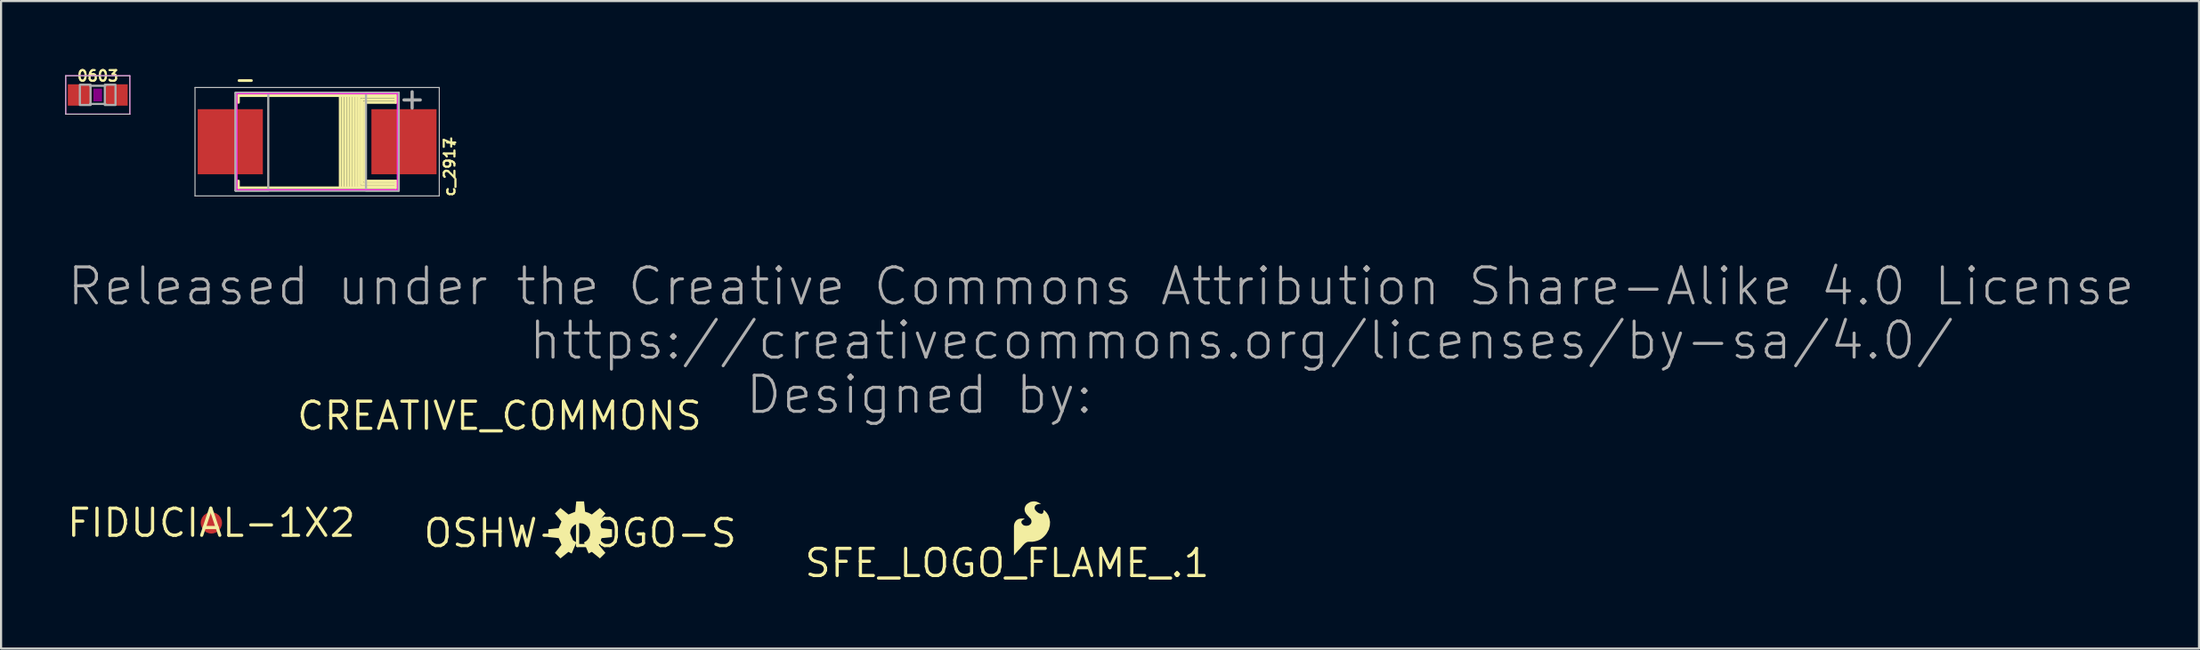
<source format=kicad_pcb>
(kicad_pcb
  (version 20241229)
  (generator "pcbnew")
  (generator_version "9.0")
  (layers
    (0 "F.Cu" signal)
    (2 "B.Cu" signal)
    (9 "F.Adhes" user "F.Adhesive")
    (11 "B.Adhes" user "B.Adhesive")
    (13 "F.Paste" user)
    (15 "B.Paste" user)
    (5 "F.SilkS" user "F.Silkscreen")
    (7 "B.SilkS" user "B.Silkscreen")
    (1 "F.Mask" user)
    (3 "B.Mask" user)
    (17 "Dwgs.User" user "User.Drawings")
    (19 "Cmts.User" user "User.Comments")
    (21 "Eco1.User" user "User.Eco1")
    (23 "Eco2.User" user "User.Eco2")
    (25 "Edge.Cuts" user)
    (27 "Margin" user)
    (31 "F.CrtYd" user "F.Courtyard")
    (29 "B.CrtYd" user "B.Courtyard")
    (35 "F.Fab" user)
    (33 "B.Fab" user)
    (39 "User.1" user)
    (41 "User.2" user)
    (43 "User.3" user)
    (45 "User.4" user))
  (footprint "OSHW-LOGO-S"
    (layer "F.Cu")
    (at 24.098 21.931)
    (property "Reference" "OSHW-LOGO-S" (at 0 0 0) (layer "F.SilkS") (effects (font (size 1.27 1.27) (thickness 0.15))))
    (attr through_hole)
    (fp_poly (pts (xy 0.395 0.953) (xy 0.546 0.875) (xy 0.923 1.182) (xy 1.182 0.923) (xy 0.875 0.546) (xy 1.005 0.232) (xy 1.489 0.183) (xy 1.489 -0.183) (xy 1.005 -0.232) (xy 0.875 -0.546) (xy 1.182 -0.923) (xy 0.923 -1.182) (xy 0.546 -0.875) (xy 0.395 -0.953) (xy 0.232 -1.005) (xy 0.183 -1.489) (xy -0.183 -1.489) (xy -0.232 -1.005) (xy -0.546 -0.875) (xy -0.923 -1.182) (xy -1.182 -0.923) (xy -0.875 -0.546) (xy -1.005 -0.232) (xy -1.489 -0.183) (xy -1.489 0.183) (xy -1.005 0.232) (xy -0.875 0.546) (xy -1.182 0.923) (xy -0.923 1.182) (xy -0.546 0.875) (xy -0.472 0.917) (xy -0.395 0.953) (xy -0.179 0.433) (xy -0.179 0.433) (xy -0.332 0.331) (xy -0.469 0) (xy -0.447 -0.142) (xy -0.382 -0.271) (xy -0.282 -0.374) (xy -0.155 -0.442) (xy -0.013 -0.468) (xy 0.13 -0.45) (xy 0.26 -0.39) (xy 0.366 -0.292) (xy 0.438 -0.167) (xy 0.468 -0.026) (xy 0.454 0.117) (xy 0.397 0.249) (xy 0.302 0.358) (xy 0.179 0.433)) (stroke (width 0) (type solid)) (fill yes) (layer "F.SilkS")))
  (footprint "FIDUCIAL-1X2"
    (layer "F.Cu")
    (at 6.841 21.449)
    (property "Reference" "FIDUCIAL-1X2" (at 0 0 0) (layer "F.SilkS") (effects (font (size 1.27 1.27) (thickness 0.15))))
    (attr through_hole)
    (pad "1" smd roundrect (at 0 0) (size 1 1) (layers "F.Cu" "F.Mask") (roundrect_rratio 0.5)))
  (footprint "0603"
    (layer "F.Cu")
    (at 1.525 1.4)
    (property "Reference" "0603" (at 0 -0.6 0) (layer "F.SilkS") (effects (font (size 0.5 0.5) (thickness 0.1)) (justify bottom)))
    (attr through_hole)
    (fp_poly (pts (xy -0.2 0.3) (xy 0.2 0.3) (xy 0.2 -0.3) (xy -0.2 -0.3)) (stroke (width 0) (type solid)) (fill yes) (layer "F.Adhes"))
    (fp_line (start -1.5 -0.9) (end 1.5 -0.9) (stroke (width 0.05) (type solid)) (layer "Dwgs.User"))
    (fp_line (start -1.5 0.9) (end -1.5 -0.9) (stroke (width 0.05) (type solid)) (layer "Dwgs.User"))
    (fp_line (start 1.5 -0.9) (end 1.5 0.9) (stroke (width 0.05) (type solid)) (layer "Dwgs.User"))
    (fp_line (start 1.5 0.9) (end -1.5 0.9) (stroke (width 0.05) (type solid)) (layer "Dwgs.User"))
    (fp_line (start -1.5 -0.9) (end 1.5 -0.9) (stroke (width 0.05) (type solid)) (layer "F.CrtYd"))
    (fp_line (start -1.5 0.9) (end -1.5 -0.9) (stroke (width 0.05) (type solid)) (layer "F.CrtYd"))
    (fp_line (start 1.5 -0.9) (end 1.5 0.9) (stroke (width 0.05) (type solid)) (layer "F.CrtYd"))
    (fp_line (start 1.5 0.9) (end -1.5 0.9) (stroke (width 0.05) (type solid)) (layer "F.CrtYd"))
    (fp_line (start -0.356 -0.432) (end 0.356 -0.432) (stroke (width 0.102) (type solid)) (layer "F.Fab"))
    (fp_line (start -0.356 0.419) (end 0.356 0.419) (stroke (width 0.102) (type solid)) (layer "F.Fab"))
    (fp_poly (pts (xy -0.838 0.47) (xy -0.338 0.47) (xy -0.338 -0.48) (xy -0.838 -0.48)) (stroke (width 0.1) (type solid)) (fill no) (layer "F.Fab"))
    (fp_poly (pts (xy 0.33 0.47) (xy 0.83 0.47) (xy 0.83 -0.48) (xy 0.33 -0.48)) (stroke (width 0.1) (type solid)) (fill no) (layer "F.Fab"))
    (pad "1" smd rect (at -0.85 0) (size 1.1 1) (layers "F.Cu" "F.Mask" "F.Paste"))
    (pad "2" smd rect (at 0.85 0) (size 1.1 1) (layers "F.Cu" "F.Mask" "F.Paste")))
  (footprint "SFE_LOGO_FLAME_.1"
    (layer "F.Cu")
    (at 44.076 23.333)
    (property "Reference" "SFE_LOGO_FLAME_.1" (at 0 0 0) (layer "F.SilkS") (effects (font (size 1.27 1.27) (thickness 0.15))))
    (attr through_hole)
    (fp_poly (pts (xy 1.7 -2.48) (xy 1.7 -2.46) (xy 1.7 -2.43) (xy 1.7 -2.4) (xy 1.69 -2.37) (xy 1.68 -2.35) (xy 1.65 -2.32) (xy 1.62 -2.31) (xy 1.59 -2.31) (xy 1.55 -2.32) (xy 1.51 -2.33) (xy 1.47 -2.35) (xy 1.44 -2.37) (xy 1.4 -2.4) (xy 1.37 -2.43) (xy 1.34 -2.46) (xy 1.32 -2.49) (xy 1.3 -2.52) (xy 1.29 -2.56) (xy 1.29 -2.59) (xy 1.29 -2.62) (xy 1.3 -2.65) (xy 1.31 -2.67) (xy 1.33 -2.7) (xy 1.37 -2.73) (xy 1.41 -2.75) (xy 1.46 -2.76) (xy 1.5 -2.77) (xy 1.53 -2.77) (xy 1.56 -2.77) (xy 1.58 -2.76) (xy 1.59 -2.76) (xy 1.58 -2.77) (xy 1.54 -2.8) (xy 1.48 -2.83) (xy 1.4 -2.87) (xy 1.31 -2.89) (xy 1.21 -2.89) (xy 1.1 -2.87) (xy 0.99 -2.81) (xy 0.9 -2.74) (xy 0.85 -2.66) (xy 0.82 -2.57) (xy 0.82 -2.49) (xy 0.84 -2.4) (xy 0.89 -2.31) (xy 0.96 -2.23) (xy 1.04 -2.14) (xy 1.11 -2.07) (xy 1.14 -1.99) (xy 1.14 -1.92) (xy 1.12 -1.86) (xy 1.08 -1.81) (xy 1.02 -1.77) (xy 0.94 -1.75) (xy 0.86 -1.75) (xy 0.81 -1.76) (xy 0.76 -1.78) (xy 0.73 -1.81) (xy 0.7 -1.84) (xy 0.68 -1.87) (xy 0.67 -1.9) (xy 0.67 -1.94) (xy 0.68 -1.97) (xy 0.7 -1.99) (xy 0.72 -2.01) (xy 0.74 -2.03) (xy 0.77 -2.04) (xy 0.79 -2.05) (xy 0.81 -2.06) (xy 0.82 -2.07) (xy 0.8 -2.08) (xy 0.78 -2.09) (xy 0.74 -2.09) (xy 0.7 -2.09) (xy 0.66 -2.09) (xy 0.6 -2.08) (xy 0.55 -2.07) (xy 0.5 -2.05) (xy 0.46 -2.02) (xy 0.41 -1.98) (xy 0.38 -1.93) (xy 0.35 -1.88) (xy 0.33 -1.81) (xy 0.32 -1.73) (xy 0.32 -1.63) (xy 0.32 -1.47) (xy 0.32 -1.31) (xy 0.32 -1.15) (xy 0.32 -0.99) (xy 0.32 -0.83) (xy 0.32 -0.67) (xy 0.32 -0.51) (xy 0.32 -0.35) (xy 0.32 -0.36) (xy 0.34 -0.38) (xy 0.37 -0.41) (xy 0.4 -0.46) (xy 0.45 -0.51) (xy 0.5 -0.57) (xy 0.56 -0.63) (xy 0.62 -0.69) (xy 0.68 -0.76) (xy 0.74 -0.83) (xy 0.79 -0.88) (xy 0.84 -0.93) (xy 0.89 -0.96) (xy 0.94 -0.99) (xy 1 -1) (xy 1.07 -1) (xy 1.19 -1) (xy 1.31 -1.02) (xy 1.42 -1.05) (xy 1.52 -1.09) (xy 1.62 -1.15) (xy 1.7 -1.22) (xy 1.78 -1.3) (xy 1.85 -1.39) (xy 1.95 -1.57) (xy 2 -1.76) (xy 2.01 -1.93) (xy 1.98 -2.09) (xy 1.93 -2.24) (xy 1.86 -2.35) (xy 1.78 -2.44) (xy 1.7 -2.49)) (stroke (width 0) (type solid)) (fill yes) (layer "F.SilkS")))
  (footprint "c_2917"
    (layer "F.Cu")
    (at 11.79 3.59)
    (property "Reference" "c_2917" (at 6.198 1.194 90) (layer "F.SilkS") (effects (font (size 0.5 0.5) (thickness 0.1))))
    (attr smd)
    (fp_line (start -3.683 -2.159) (end 3.683 -2.159) (stroke (width 0.127) (type solid)) (layer "F.SilkS"))
    (fp_line (start -3.683 -1.841) (end -3.683 -2.159) (stroke (width 0.127) (type solid)) (layer "F.SilkS"))
    (fp_line (start -3.683 2.159) (end -3.683 1.841) (stroke (width 0.127) (type solid)) (layer "F.SilkS"))
    (fp_line (start 1.079 -2.095) (end 1.079 2.095) (stroke (width 0.127) (type solid)) (layer "F.SilkS"))
    (fp_line (start 1.206 -2.095) (end 1.206 2.095) (stroke (width 0.127) (type solid)) (layer "F.SilkS"))
    (fp_line (start 1.333 -2.095) (end 1.333 2.095) (stroke (width 0.127) (type solid)) (layer "F.SilkS"))
    (fp_line (start 1.46 2.095) (end 1.46 -2.095) (stroke (width 0.127) (type solid)) (layer "F.SilkS"))
    (fp_line (start 1.587 -2.095) (end 1.587 2.095) (stroke (width 0.127) (type solid)) (layer "F.SilkS"))
    (fp_line (start 1.714 2.095) (end 1.714 -2.095) (stroke (width 0.127) (type solid)) (layer "F.SilkS"))
    (fp_line (start 1.841 -2.095) (end 1.841 2.095) (stroke (width 0.127) (type solid)) (layer "F.SilkS"))
    (fp_line (start 1.968 -2.095) (end 1.968 2.095) (stroke (width 0.127) (type solid)) (layer "F.SilkS"))
    (fp_line (start 1.968 2.095) (end 3.619 2.095) (stroke (width 0.127) (type solid)) (layer "F.SilkS"))
    (fp_line (start 2.095 -1.968) (end 3.619 -1.968) (stroke (width 0.127) (type solid)) (layer "F.SilkS"))
    (fp_line (start 2.095 1.968) (end 2.095 -1.968) (stroke (width 0.127) (type solid)) (layer "F.SilkS"))
    (fp_line (start 2.223 -1.841) (end 2.223 1.841) (stroke (width 0.127) (type solid)) (layer "F.SilkS"))
    (fp_line (start 2.223 1.841) (end 3.683 1.841) (stroke (width 0.127) (type solid)) (layer "F.SilkS"))
    (fp_line (start 3.619 -2.095) (end 1.968 -2.095) (stroke (width 0.127) (type solid)) (layer "F.SilkS"))
    (fp_line (start 3.683 -2.159) (end 3.683 -1.841) (stroke (width 0.127) (type solid)) (layer "F.SilkS"))
    (fp_line (start 3.683 -1.841) (end 2.223 -1.841) (stroke (width 0.127) (type solid)) (layer "F.SilkS"))
    (fp_line (start 3.683 1.841) (end 3.683 2.159) (stroke (width 0.127) (type solid)) (layer "F.SilkS"))
    (fp_line (start 3.683 1.968) (end 2.095 1.968) (stroke (width 0.127) (type solid)) (layer "F.SilkS"))
    (fp_line (start 3.683 2.159) (end -3.683 2.159) (stroke (width 0.127) (type solid)) (layer "F.SilkS"))
    (fp_line (start -5.715 -2.54) (end 5.715 -2.54) (stroke (width 0.05) (type solid)) (layer "Dwgs.User"))
    (fp_line (start -5.715 2.54) (end -5.715 -2.54) (stroke (width 0.05) (type solid)) (layer "Dwgs.User"))
    (fp_line (start 5.715 -2.54) (end 5.715 2.54) (stroke (width 0.05) (type solid)) (layer "Dwgs.User"))
    (fp_line (start 5.715 2.54) (end -5.715 2.54) (stroke (width 0.05) (type solid)) (layer "Dwgs.User"))
    (fp_line (start -3.75 -2.25) (end 3.75 -2.25) (stroke (width 0.05) (type solid)) (layer "F.CrtYd"))
    (fp_line (start -3.75 2.25) (end -3.75 -2.25) (stroke (width 0.05) (type solid)) (layer "F.CrtYd"))
    (fp_line (start 3.75 -2.25) (end 3.75 2.25) (stroke (width 0.05) (type solid)) (layer "F.CrtYd"))
    (fp_line (start 3.75 2.25) (end -3.75 2.25) (stroke (width 0.05) (type solid)) (layer "F.CrtYd"))
    (fp_line (start -3.81 -2.286) (end 3.81 -2.286) (stroke (width 0.12) (type solid)) (layer "F.Fab"))
    (fp_line (start -3.81 2.286) (end -3.81 -2.286) (stroke (width 0.12) (type solid)) (layer "F.Fab"))
    (fp_line (start 3.81 -2.286) (end 3.81 2.286) (stroke (width 0.12) (type solid)) (layer "F.Fab"))
    (fp_line (start 3.81 2.286) (end -3.81 2.286) (stroke (width 0.12) (type solid)) (layer "F.Fab"))
    (fp_poly (pts (xy -2.286 2.286) (xy -3.81 2.286) (xy -3.81 -2.286) (xy -2.286 -2.286)) (stroke (width 0.1) (type solid)) (fill no) (layer "F.Fab"))
    (fp_poly (pts (xy 3.81 2.286) (xy 2.286 2.286) (xy 2.286 -2.286) (xy 3.81 -2.286)) (stroke (width 0.1) (type solid)) (fill no) (layer "F.Fab"))
    (fp_text user "-" (at -3.365 -2.921 0) (layer "F.SilkS") (effects (font (size 0.762 0.762) (thickness 0.127))))
    (fp_text user "+" (at 6.274 0 0) (layer "F.SilkS") (effects (font (size 0.5 0.5) (thickness 0.1))))
    (fp_text user "+" (at 4.445 -2.032 0) (layer "F.Fab") (effects (font (size 1 1) (thickness 0.15))))
    (pad "1" smd rect (at 4.064 0) (size 3.048 3.048) (layers "F.Cu" "F.Mask" "F.Paste"))
    (pad "2" smd rect (at -4.064 0) (size 3.048 3.048) (layers "F.Cu" "F.Mask" "F.Paste")))
  (footprint "CREATIVE_COMMONS"
    (layer "F.Cu")
    (at 20.32 16.436)
    (property "Reference" "CREATIVE_COMMONS" (at 0 0 0) (layer "F.SilkS") (effects (font (size 1.27 1.27) (thickness 0.15))))
    (attr through_hole)
    (fp_text user "Released under the Creative Commons Attribution Share-Alike 4.0 License" (at -20.32 -5.08 0) (layer "F.Fab") (effects (font (size 1.689 1.689) (thickness 0.142)) (justify left bottom)))
    (fp_text user "Designed by:" (at 11.43 0 0) (layer "F.Fab") (effects (font (size 1.689 1.689) (thickness 0.142)) (justify left bottom)))
    (fp_text user " https://creativecommons.org/licenses/by-sa/4.0/" (at 0 -2.54 0) (layer "F.Fab") (effects (font (size 1.689 1.689) (thickness 0.142)) (justify left bottom))))
  (gr_rect
    (start -3 -3)
    (end 99.85 27.339)
    (stroke (width 0.1) (type default))
    (fill no)
    (layer "Edge.Cuts")))
</source>
